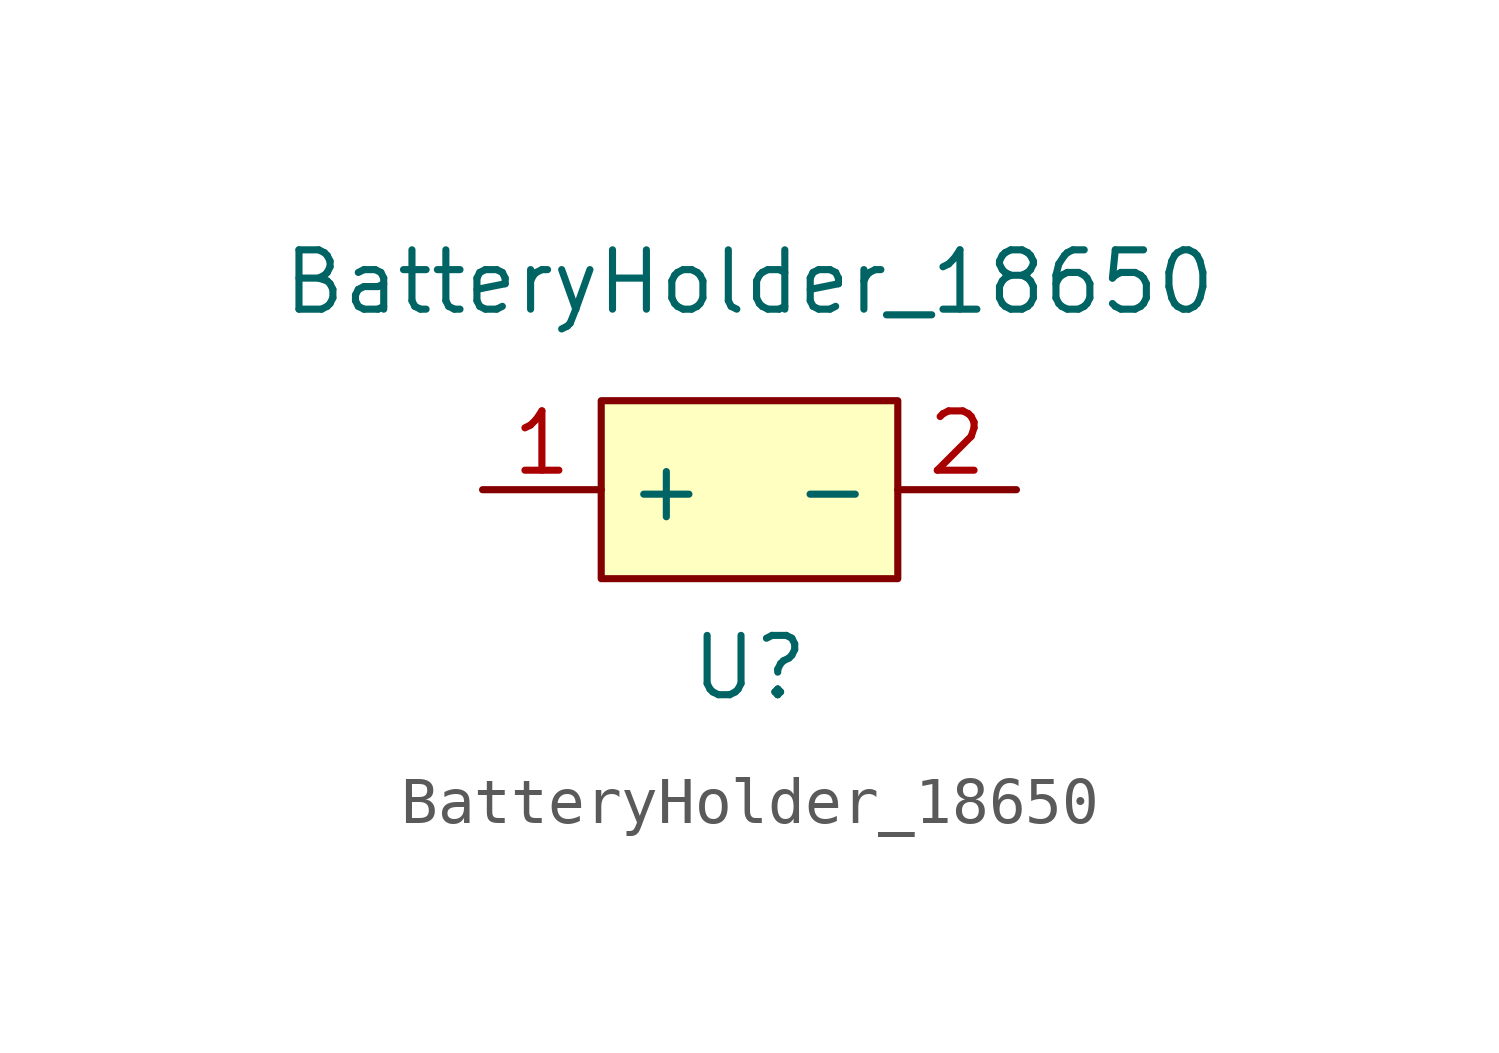
<source format=kicad_sym>
(kicad_symbol_lib
  (version 20211014)
  (generator kicad_symbol_editor)
  (symbol "BatteryHolder_18650"
    (property "Reference" "U"
      (at 0 -3.81 0)
      (effects (font (size 1.27 1.27))))
    (property "Value" "BatteryHolder_18650"
      (at 0 4.445 0)
      (effects (font (size 1.27 1.27))))
    (symbol "BatteryHolder_18650_0_1"
      (rectangle (start -3.175 1.905) (end 3.175 -1.905) (stroke (width 0) (type default) (color 0 0 0 0)) (fill (type background))))
    (symbol "BatteryHolder_18650_1_1"
      (pin power_out line (at -5.715 0 0) (length 2.54) (name "+" (effects (font (size 1.27 1.27)))) (number "1" (effects (font (size 1.27 1.27)))))
      (pin power_out line (at 5.715 0 180) (length 2.54) (name "-" (effects (font (size 1.27 1.27)))) (number "2" (effects (font (size 1.27 1.27))))))))
</source>
